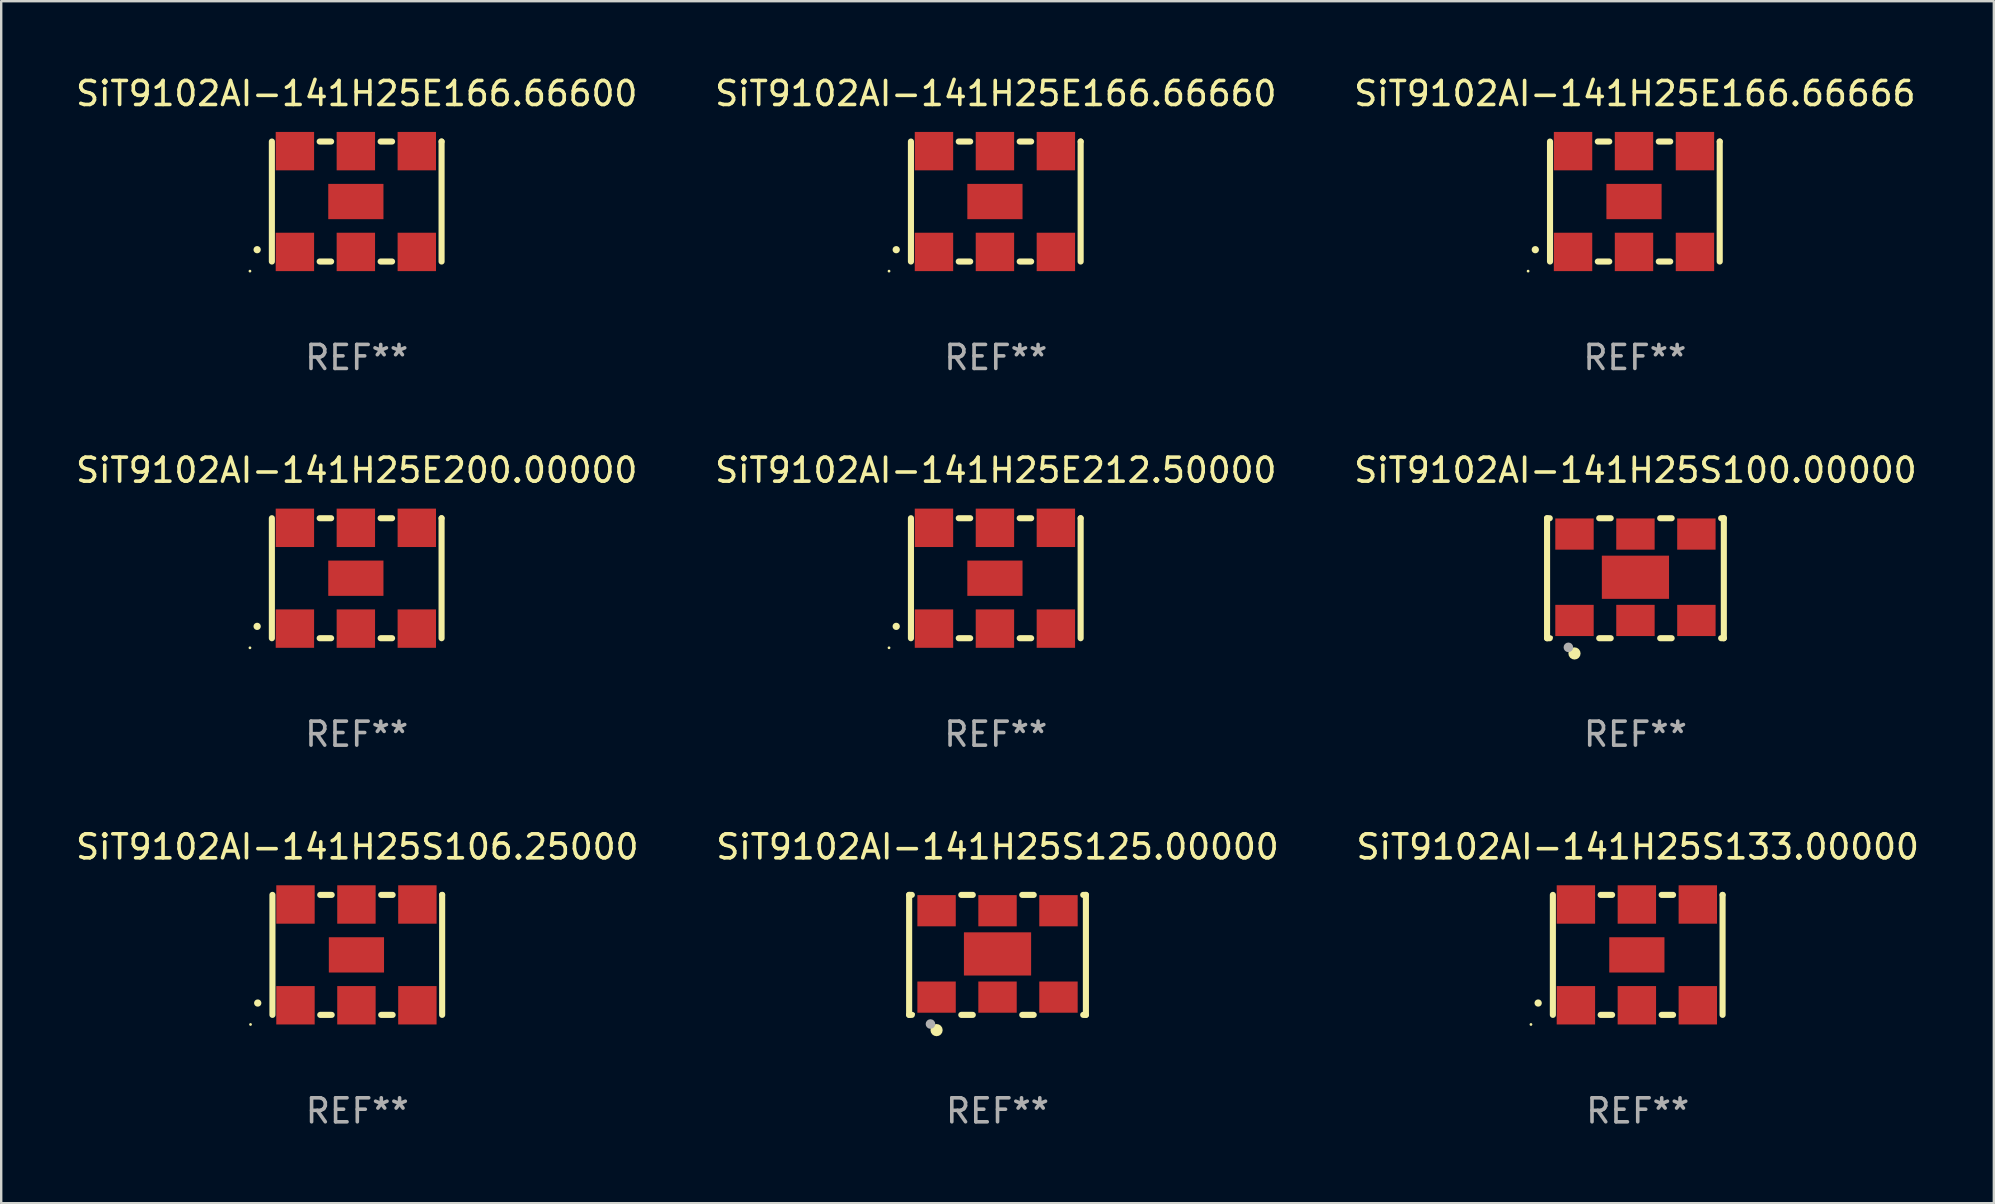
<source format=kicad_pcb>
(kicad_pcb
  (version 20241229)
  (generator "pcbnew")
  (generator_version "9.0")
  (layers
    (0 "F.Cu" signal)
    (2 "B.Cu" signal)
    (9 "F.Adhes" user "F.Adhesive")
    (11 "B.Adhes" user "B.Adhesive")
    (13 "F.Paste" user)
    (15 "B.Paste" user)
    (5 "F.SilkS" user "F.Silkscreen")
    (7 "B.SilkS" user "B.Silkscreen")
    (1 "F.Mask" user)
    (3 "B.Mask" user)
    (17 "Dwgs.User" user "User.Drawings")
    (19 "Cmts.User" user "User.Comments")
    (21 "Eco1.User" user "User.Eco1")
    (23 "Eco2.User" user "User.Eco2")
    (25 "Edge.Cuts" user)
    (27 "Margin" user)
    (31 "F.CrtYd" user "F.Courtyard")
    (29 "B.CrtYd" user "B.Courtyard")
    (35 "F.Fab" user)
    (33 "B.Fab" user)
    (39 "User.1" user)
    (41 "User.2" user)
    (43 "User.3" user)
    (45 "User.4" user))
  (footprint "SiT9102AI-141H25E166.66666"
    (layer "F.Cu")
    (at 65.077 5.348)
    (property "Reference" "SiT9102AI-141H25E166.66666" (at 0 -4.5 0) (layer "F.SilkS") (effects (font (size 1 1) (thickness 0.15))))
    (attr through_hole)
    (fp_line (start -3.536 -2.5) (end -3.536 2.5) (stroke (width 0.254) (type solid)) (layer "F.SilkS"))
    (fp_line (start -1.544 2.5) (end -1.067 2.5) (stroke (width 0.254) (type solid)) (layer "F.SilkS"))
    (fp_line (start -1.067 -2.5) (end -1.544 -2.5) (stroke (width 0.254) (type solid)) (layer "F.SilkS"))
    (fp_line (start 0.996 2.5) (end 1.473 2.5) (stroke (width 0.254) (type solid)) (layer "F.SilkS"))
    (fp_line (start 1.473 -2.5) (end 0.996 -2.5) (stroke (width 0.254) (type solid)) (layer "F.SilkS"))
    (fp_line (start 3.536 -2.5) (end 3.536 -2.5) (stroke (width 0.254) (type solid)) (layer "F.SilkS"))
    (fp_line (start 3.536 2.5) (end 3.536 -2.5) (stroke (width 0.254) (type solid)) (layer "F.SilkS"))
    (fp_arc (start -4.150432 2.006604) (mid -4.149162 2.006599) (end -4.147892 2.006604) (stroke (width 0.3) (type solid)) (layer "F.SilkS"))
    (fp_circle (center -4.449 2.9) (end -4.419 2.9) (stroke (width 0.06) (type solid)) (fill no) (layer "F.SilkS"))
    (fp_text user "REF**" (at 0 6.5 0) (layer "F.Fab") (effects (font (size 1 1) (thickness 0.15))))
    (pad "1" smd rect (at -2.576 2.1) (size 1.6 1.6) (layers "F.Cu" "F.Mask" "F.Paste"))
    (pad "2" smd rect (at -0.036 2.1) (size 1.6 1.6) (layers "F.Cu" "F.Mask" "F.Paste"))
    (pad "3" smd rect (at 2.504 2.1) (size 1.6 1.6) (layers "F.Cu" "F.Mask" "F.Paste"))
    (pad "4" smd rect (at 2.504 -2.1) (size 1.6 1.6) (layers "F.Cu" "F.Mask" "F.Paste"))
    (pad "5" smd rect (at -0.036 -2.1) (size 1.6 1.6) (layers "F.Cu" "F.Mask" "F.Paste"))
    (pad "6" smd rect (at -2.576 -2.1) (size 1.6 1.6) (layers "F.Cu" "F.Mask" "F.Paste"))
    (pad "7" smd rect (at -0.036 0) (size 2.3 1.47) (layers "F.Cu" "F.Mask" "F.Paste")))
  (footprint "SiT9102AI-141H25S100.00000"
    (layer "F.Cu")
    (at 65.101 21.045)
    (property "Reference" "SiT9102AI-141H25S100.00000" (at 0 -4.5 0) (layer "F.SilkS") (effects (font (size 1 1) (thickness 0.15))))
    (attr through_hole)
    (fp_line (start -3.683 -2.5) (end -3.571 -2.5) (stroke (width 0.254) (type solid)) (layer "F.SilkS"))
    (fp_line (start -3.683 2.5) (end -3.683 -2.5) (stroke (width 0.254) (type solid)) (layer "F.SilkS"))
    (fp_line (start -3.683 2.5) (end -3.571 2.5) (stroke (width 0.254) (type solid)) (layer "F.SilkS"))
    (fp_line (start -1.509 -2.5) (end -1.031 -2.5) (stroke (width 0.254) (type solid)) (layer "F.SilkS"))
    (fp_line (start -1.509 2.5) (end -1.031 2.5) (stroke (width 0.254) (type solid)) (layer "F.SilkS"))
    (fp_line (start 1.031 -2.5) (end 1.509 -2.5) (stroke (width 0.254) (type solid)) (layer "F.SilkS"))
    (fp_line (start 1.031 2.5) (end 1.509 2.5) (stroke (width 0.254) (type solid)) (layer "F.SilkS"))
    (fp_line (start 3.571 -2.5) (end 3.683 -2.5) (stroke (width 0.254) (type solid)) (layer "F.SilkS"))
    (fp_line (start 3.571 2.5) (end 3.683 2.5) (stroke (width 0.254) (type solid)) (layer "F.SilkS"))
    (fp_line (start 3.683 2.5) (end 3.683 -2.5) (stroke (width 0.254) (type solid)) (layer "F.SilkS"))
    (fp_circle (center -3.5 2.46) (end -3.47 2.46) (stroke (width 0.06) (type solid)) (fill no) (layer "F.SilkS"))
    (fp_circle (center -2.54 3.135) (end -2.413 3.135) (stroke (width 0.254) (type solid)) (fill no) (layer "F.SilkS"))
    (fp_circle (center -2.794 2.881) (end -2.694 2.881) (stroke (width 0.2) (type solid)) (fill no) (layer "F.Fab"))
    (fp_text user "REF**" (at 0 6.5 0) (layer "F.Fab") (effects (font (size 1 1) (thickness 0.15))))
    (pad "1" smd rect (at -2.54 1.76) (size 1.6 1.3) (layers "F.Cu" "F.Mask" "F.Paste"))
    (pad "2" smd rect (at 0 1.76) (size 1.6 1.3) (layers "F.Cu" "F.Mask" "F.Paste"))
    (pad "3" smd rect (at 2.54 1.76) (size 1.6 1.3) (layers "F.Cu" "F.Mask" "F.Paste"))
    (pad "4" smd rect (at 2.54 -1.84) (size 1.6 1.3) (layers "F.Cu" "F.Mask" "F.Paste"))
    (pad "5" smd rect (at 0 -1.84) (size 1.6 1.3) (layers "F.Cu" "F.Mask" "F.Paste"))
    (pad "6" smd rect (at -2.54 -1.84) (size 1.6 1.3) (layers "F.Cu" "F.Mask" "F.Paste"))
    (pad "7" smd rect (at 0 -0.04) (size 2.8 1.8) (layers "F.Cu" "F.Mask" "F.Paste")))
  (footprint "SiT9102AI-141H25E166.66600"
    (layer "F.Cu")
    (at 11.815 5.348)
    (property "Reference" "SiT9102AI-141H25E166.66600" (at 0 -4.5 0) (layer "F.SilkS") (effects (font (size 1 1) (thickness 0.15))))
    (attr through_hole)
    (fp_line (start -3.536 -2.5) (end -3.536 2.5) (stroke (width 0.254) (type solid)) (layer "F.SilkS"))
    (fp_line (start -1.544 2.5) (end -1.067 2.5) (stroke (width 0.254) (type solid)) (layer "F.SilkS"))
    (fp_line (start -1.067 -2.5) (end -1.544 -2.5) (stroke (width 0.254) (type solid)) (layer "F.SilkS"))
    (fp_line (start 0.996 2.5) (end 1.473 2.5) (stroke (width 0.254) (type solid)) (layer "F.SilkS"))
    (fp_line (start 1.473 -2.5) (end 0.996 -2.5) (stroke (width 0.254) (type solid)) (layer "F.SilkS"))
    (fp_line (start 3.536 -2.5) (end 3.536 -2.5) (stroke (width 0.254) (type solid)) (layer "F.SilkS"))
    (fp_line (start 3.536 2.5) (end 3.536 -2.5) (stroke (width 0.254) (type solid)) (layer "F.SilkS"))
    (fp_arc (start -4.150432 2.006604) (mid -4.149162 2.006599) (end -4.147892 2.006604) (stroke (width 0.3) (type solid)) (layer "F.SilkS"))
    (fp_circle (center -4.449 2.9) (end -4.419 2.9) (stroke (width 0.06) (type solid)) (fill no) (layer "F.SilkS"))
    (fp_text user "REF**" (at 0 6.5 0) (layer "F.Fab") (effects (font (size 1 1) (thickness 0.15))))
    (pad "1" smd rect (at -2.576 2.1) (size 1.6 1.6) (layers "F.Cu" "F.Mask" "F.Paste"))
    (pad "2" smd rect (at -0.036 2.1) (size 1.6 1.6) (layers "F.Cu" "F.Mask" "F.Paste"))
    (pad "3" smd rect (at 2.504 2.1) (size 1.6 1.6) (layers "F.Cu" "F.Mask" "F.Paste"))
    (pad "4" smd rect (at 2.504 -2.1) (size 1.6 1.6) (layers "F.Cu" "F.Mask" "F.Paste"))
    (pad "5" smd rect (at -0.036 -2.1) (size 1.6 1.6) (layers "F.Cu" "F.Mask" "F.Paste"))
    (pad "6" smd rect (at -2.576 -2.1) (size 1.6 1.6) (layers "F.Cu" "F.Mask" "F.Paste"))
    (pad "7" smd rect (at -0.036 0) (size 2.3 1.47) (layers "F.Cu" "F.Mask" "F.Paste")))
  (footprint "SiT9102AI-141H25E166.66660"
    (layer "F.Cu")
    (at 38.446 5.348)
    (property "Reference" "SiT9102AI-141H25E166.66660" (at 0 -4.5 0) (layer "F.SilkS") (effects (font (size 1 1) (thickness 0.15))))
    (attr through_hole)
    (fp_line (start -3.536 -2.5) (end -3.536 2.5) (stroke (width 0.254) (type solid)) (layer "F.SilkS"))
    (fp_line (start -1.544 2.5) (end -1.067 2.5) (stroke (width 0.254) (type solid)) (layer "F.SilkS"))
    (fp_line (start -1.067 -2.5) (end -1.544 -2.5) (stroke (width 0.254) (type solid)) (layer "F.SilkS"))
    (fp_line (start 0.996 2.5) (end 1.473 2.5) (stroke (width 0.254) (type solid)) (layer "F.SilkS"))
    (fp_line (start 1.473 -2.5) (end 0.996 -2.5) (stroke (width 0.254) (type solid)) (layer "F.SilkS"))
    (fp_line (start 3.536 -2.5) (end 3.536 -2.5) (stroke (width 0.254) (type solid)) (layer "F.SilkS"))
    (fp_line (start 3.536 2.5) (end 3.536 -2.5) (stroke (width 0.254) (type solid)) (layer "F.SilkS"))
    (fp_arc (start -4.150432 2.006604) (mid -4.149162 2.006599) (end -4.147892 2.006604) (stroke (width 0.3) (type solid)) (layer "F.SilkS"))
    (fp_circle (center -4.449 2.9) (end -4.419 2.9) (stroke (width 0.06) (type solid)) (fill no) (layer "F.SilkS"))
    (fp_text user "REF**" (at 0 6.5 0) (layer "F.Fab") (effects (font (size 1 1) (thickness 0.15))))
    (pad "1" smd rect (at -2.576 2.1) (size 1.6 1.6) (layers "F.Cu" "F.Mask" "F.Paste"))
    (pad "2" smd rect (at -0.036 2.1) (size 1.6 1.6) (layers "F.Cu" "F.Mask" "F.Paste"))
    (pad "3" smd rect (at 2.504 2.1) (size 1.6 1.6) (layers "F.Cu" "F.Mask" "F.Paste"))
    (pad "4" smd rect (at 2.504 -2.1) (size 1.6 1.6) (layers "F.Cu" "F.Mask" "F.Paste"))
    (pad "5" smd rect (at -0.036 -2.1) (size 1.6 1.6) (layers "F.Cu" "F.Mask" "F.Paste"))
    (pad "6" smd rect (at -2.576 -2.1) (size 1.6 1.6) (layers "F.Cu" "F.Mask" "F.Paste"))
    (pad "7" smd rect (at -0.036 0) (size 2.3 1.47) (layers "F.Cu" "F.Mask" "F.Paste")))
  (footprint "SiT9102AI-141H25E200.00000"
    (layer "F.Cu")
    (at 11.815 21.045)
    (property "Reference" "SiT9102AI-141H25E200.00000" (at 0 -4.5 0) (layer "F.SilkS") (effects (font (size 1 1) (thickness 0.15))))
    (attr through_hole)
    (fp_line (start -3.536 -2.5) (end -3.536 2.5) (stroke (width 0.254) (type solid)) (layer "F.SilkS"))
    (fp_line (start -1.544 2.5) (end -1.067 2.5) (stroke (width 0.254) (type solid)) (layer "F.SilkS"))
    (fp_line (start -1.067 -2.5) (end -1.544 -2.5) (stroke (width 0.254) (type solid)) (layer "F.SilkS"))
    (fp_line (start 0.996 2.5) (end 1.473 2.5) (stroke (width 0.254) (type solid)) (layer "F.SilkS"))
    (fp_line (start 1.473 -2.5) (end 0.996 -2.5) (stroke (width 0.254) (type solid)) (layer "F.SilkS"))
    (fp_line (start 3.536 -2.5) (end 3.536 -2.5) (stroke (width 0.254) (type solid)) (layer "F.SilkS"))
    (fp_line (start 3.536 2.5) (end 3.536 -2.5) (stroke (width 0.254) (type solid)) (layer "F.SilkS"))
    (fp_arc (start -4.150432 2.006604) (mid -4.149162 2.006599) (end -4.147892 2.006604) (stroke (width 0.3) (type solid)) (layer "F.SilkS"))
    (fp_circle (center -4.449 2.9) (end -4.419 2.9) (stroke (width 0.06) (type solid)) (fill no) (layer "F.SilkS"))
    (fp_text user "REF**" (at 0 6.5 0) (layer "F.Fab") (effects (font (size 1 1) (thickness 0.15))))
    (pad "1" smd rect (at -2.576 2.1) (size 1.6 1.6) (layers "F.Cu" "F.Mask" "F.Paste"))
    (pad "2" smd rect (at -0.036 2.1) (size 1.6 1.6) (layers "F.Cu" "F.Mask" "F.Paste"))
    (pad "3" smd rect (at 2.504 2.1) (size 1.6 1.6) (layers "F.Cu" "F.Mask" "F.Paste"))
    (pad "4" smd rect (at 2.504 -2.1) (size 1.6 1.6) (layers "F.Cu" "F.Mask" "F.Paste"))
    (pad "5" smd rect (at -0.036 -2.1) (size 1.6 1.6) (layers "F.Cu" "F.Mask" "F.Paste"))
    (pad "6" smd rect (at -2.576 -2.1) (size 1.6 1.6) (layers "F.Cu" "F.Mask" "F.Paste"))
    (pad "7" smd rect (at -0.036 0) (size 2.3 1.47) (layers "F.Cu" "F.Mask" "F.Paste")))
  (footprint "SiT9102AI-141H25S106.25000"
    (layer "F.Cu")
    (at 11.839 36.741)
    (property "Reference" "SiT9102AI-141H25S106.25000" (at 0 -4.5 0) (layer "F.SilkS") (effects (font (size 1 1) (thickness 0.15))))
    (attr through_hole)
    (fp_line (start -3.536 -2.5) (end -3.536 2.5) (stroke (width 0.254) (type solid)) (layer "F.SilkS"))
    (fp_line (start -1.544 2.5) (end -1.067 2.5) (stroke (width 0.254) (type solid)) (layer "F.SilkS"))
    (fp_line (start -1.067 -2.5) (end -1.544 -2.5) (stroke (width 0.254) (type solid)) (layer "F.SilkS"))
    (fp_line (start 0.996 2.5) (end 1.473 2.5) (stroke (width 0.254) (type solid)) (layer "F.SilkS"))
    (fp_line (start 1.473 -2.5) (end 0.996 -2.5) (stroke (width 0.254) (type solid)) (layer "F.SilkS"))
    (fp_line (start 3.536 -2.5) (end 3.536 -2.5) (stroke (width 0.254) (type solid)) (layer "F.SilkS"))
    (fp_line (start 3.536 2.5) (end 3.536 -2.5) (stroke (width 0.254) (type solid)) (layer "F.SilkS"))
    (fp_arc (start -4.150432 2.006604) (mid -4.149162 2.006599) (end -4.147892 2.006604) (stroke (width 0.3) (type solid)) (layer "F.SilkS"))
    (fp_circle (center -4.449 2.9) (end -4.419 2.9) (stroke (width 0.06) (type solid)) (fill no) (layer "F.SilkS"))
    (fp_text user "REF**" (at 0 6.5 0) (layer "F.Fab") (effects (font (size 1 1) (thickness 0.15))))
    (pad "1" smd rect (at -2.576 2.1) (size 1.6 1.6) (layers "F.Cu" "F.Mask" "F.Paste"))
    (pad "2" smd rect (at -0.036 2.1) (size 1.6 1.6) (layers "F.Cu" "F.Mask" "F.Paste"))
    (pad "3" smd rect (at 2.504 2.1) (size 1.6 1.6) (layers "F.Cu" "F.Mask" "F.Paste"))
    (pad "4" smd rect (at 2.504 -2.1) (size 1.6 1.6) (layers "F.Cu" "F.Mask" "F.Paste"))
    (pad "5" smd rect (at -0.036 -2.1) (size 1.6 1.6) (layers "F.Cu" "F.Mask" "F.Paste"))
    (pad "6" smd rect (at -2.576 -2.1) (size 1.6 1.6) (layers "F.Cu" "F.Mask" "F.Paste"))
    (pad "7" smd rect (at -0.036 0) (size 2.3 1.47) (layers "F.Cu" "F.Mask" "F.Paste")))
  (footprint "SiT9102AI-141H25S125.00000"
    (layer "F.Cu")
    (at 38.518 36.741)
    (property "Reference" "SiT9102AI-141H25S125.00000" (at 0 -4.5 0) (layer "F.SilkS") (effects (font (size 1 1) (thickness 0.15))))
    (attr through_hole)
    (fp_line (start -3.683 -2.5) (end -3.571 -2.5) (stroke (width 0.254) (type solid)) (layer "F.SilkS"))
    (fp_line (start -3.683 2.5) (end -3.683 -2.5) (stroke (width 0.254) (type solid)) (layer "F.SilkS"))
    (fp_line (start -3.683 2.5) (end -3.571 2.5) (stroke (width 0.254) (type solid)) (layer "F.SilkS"))
    (fp_line (start -1.509 -2.5) (end -1.031 -2.5) (stroke (width 0.254) (type solid)) (layer "F.SilkS"))
    (fp_line (start -1.509 2.5) (end -1.031 2.5) (stroke (width 0.254) (type solid)) (layer "F.SilkS"))
    (fp_line (start 1.031 -2.5) (end 1.509 -2.5) (stroke (width 0.254) (type solid)) (layer "F.SilkS"))
    (fp_line (start 1.031 2.5) (end 1.509 2.5) (stroke (width 0.254) (type solid)) (layer "F.SilkS"))
    (fp_line (start 3.571 -2.5) (end 3.683 -2.5) (stroke (width 0.254) (type solid)) (layer "F.SilkS"))
    (fp_line (start 3.571 2.5) (end 3.683 2.5) (stroke (width 0.254) (type solid)) (layer "F.SilkS"))
    (fp_line (start 3.683 2.5) (end 3.683 -2.5) (stroke (width 0.254) (type solid)) (layer "F.SilkS"))
    (fp_circle (center -3.5 2.46) (end -3.47 2.46) (stroke (width 0.06) (type solid)) (fill no) (layer "F.SilkS"))
    (fp_circle (center -2.54 3.135) (end -2.413 3.135) (stroke (width 0.254) (type solid)) (fill no) (layer "F.SilkS"))
    (fp_circle (center -2.794 2.881) (end -2.694 2.881) (stroke (width 0.2) (type solid)) (fill no) (layer "F.Fab"))
    (fp_text user "REF**" (at 0 6.5 0) (layer "F.Fab") (effects (font (size 1 1) (thickness 0.15))))
    (pad "1" smd rect (at -2.54 1.76) (size 1.6 1.3) (layers "F.Cu" "F.Mask" "F.Paste"))
    (pad "2" smd rect (at 0 1.76) (size 1.6 1.3) (layers "F.Cu" "F.Mask" "F.Paste"))
    (pad "3" smd rect (at 2.54 1.76) (size 1.6 1.3) (layers "F.Cu" "F.Mask" "F.Paste"))
    (pad "4" smd rect (at 2.54 -1.84) (size 1.6 1.3) (layers "F.Cu" "F.Mask" "F.Paste"))
    (pad "5" smd rect (at 0 -1.84) (size 1.6 1.3) (layers "F.Cu" "F.Mask" "F.Paste"))
    (pad "6" smd rect (at -2.54 -1.84) (size 1.6 1.3) (layers "F.Cu" "F.Mask" "F.Paste"))
    (pad "7" smd rect (at 0 -0.04) (size 2.8 1.8) (layers "F.Cu" "F.Mask" "F.Paste")))
  (footprint "SiT9102AI-141H25E212.50000"
    (layer "F.Cu")
    (at 38.446 21.045)
    (property "Reference" "SiT9102AI-141H25E212.50000" (at 0 -4.5 0) (layer "F.SilkS") (effects (font (size 1 1) (thickness 0.15))))
    (attr through_hole)
    (fp_line (start -3.536 -2.5) (end -3.536 2.5) (stroke (width 0.254) (type solid)) (layer "F.SilkS"))
    (fp_line (start -1.544 2.5) (end -1.067 2.5) (stroke (width 0.254) (type solid)) (layer "F.SilkS"))
    (fp_line (start -1.067 -2.5) (end -1.544 -2.5) (stroke (width 0.254) (type solid)) (layer "F.SilkS"))
    (fp_line (start 0.996 2.5) (end 1.473 2.5) (stroke (width 0.254) (type solid)) (layer "F.SilkS"))
    (fp_line (start 1.473 -2.5) (end 0.996 -2.5) (stroke (width 0.254) (type solid)) (layer "F.SilkS"))
    (fp_line (start 3.536 -2.5) (end 3.536 -2.5) (stroke (width 0.254) (type solid)) (layer "F.SilkS"))
    (fp_line (start 3.536 2.5) (end 3.536 -2.5) (stroke (width 0.254) (type solid)) (layer "F.SilkS"))
    (fp_arc (start -4.150432 2.006604) (mid -4.149162 2.006599) (end -4.147892 2.006604) (stroke (width 0.3) (type solid)) (layer "F.SilkS"))
    (fp_circle (center -4.449 2.9) (end -4.419 2.9) (stroke (width 0.06) (type solid)) (fill no) (layer "F.SilkS"))
    (fp_text user "REF**" (at 0 6.5 0) (layer "F.Fab") (effects (font (size 1 1) (thickness 0.15))))
    (pad "1" smd rect (at -2.576 2.1) (size 1.6 1.6) (layers "F.Cu" "F.Mask" "F.Paste"))
    (pad "2" smd rect (at -0.036 2.1) (size 1.6 1.6) (layers "F.Cu" "F.Mask" "F.Paste"))
    (pad "3" smd rect (at 2.504 2.1) (size 1.6 1.6) (layers "F.Cu" "F.Mask" "F.Paste"))
    (pad "4" smd rect (at 2.504 -2.1) (size 1.6 1.6) (layers "F.Cu" "F.Mask" "F.Paste"))
    (pad "5" smd rect (at -0.036 -2.1) (size 1.6 1.6) (layers "F.Cu" "F.Mask" "F.Paste"))
    (pad "6" smd rect (at -2.576 -2.1) (size 1.6 1.6) (layers "F.Cu" "F.Mask" "F.Paste"))
    (pad "7" smd rect (at -0.036 0) (size 2.3 1.47) (layers "F.Cu" "F.Mask" "F.Paste")))
  (footprint "SiT9102AI-141H25S133.00000"
    (layer "F.Cu")
    (at 65.196 36.741)
    (property "Reference" "SiT9102AI-141H25S133.00000" (at 0 -4.5 0) (layer "F.SilkS") (effects (font (size 1 1) (thickness 0.15))))
    (attr through_hole)
    (fp_line (start -3.536 -2.5) (end -3.536 2.5) (stroke (width 0.254) (type solid)) (layer "F.SilkS"))
    (fp_line (start -1.544 2.5) (end -1.067 2.5) (stroke (width 0.254) (type solid)) (layer "F.SilkS"))
    (fp_line (start -1.067 -2.5) (end -1.544 -2.5) (stroke (width 0.254) (type solid)) (layer "F.SilkS"))
    (fp_line (start 0.996 2.5) (end 1.473 2.5) (stroke (width 0.254) (type solid)) (layer "F.SilkS"))
    (fp_line (start 1.473 -2.5) (end 0.996 -2.5) (stroke (width 0.254) (type solid)) (layer "F.SilkS"))
    (fp_line (start 3.536 -2.5) (end 3.536 -2.5) (stroke (width 0.254) (type solid)) (layer "F.SilkS"))
    (fp_line (start 3.536 2.5) (end 3.536 -2.5) (stroke (width 0.254) (type solid)) (layer "F.SilkS"))
    (fp_arc (start -4.150432 2.006604) (mid -4.149162 2.006599) (end -4.147892 2.006604) (stroke (width 0.3) (type solid)) (layer "F.SilkS"))
    (fp_circle (center -4.449 2.9) (end -4.419 2.9) (stroke (width 0.06) (type solid)) (fill no) (layer "F.SilkS"))
    (fp_text user "REF**" (at 0 6.5 0) (layer "F.Fab") (effects (font (size 1 1) (thickness 0.15))))
    (pad "1" smd rect (at -2.576 2.1) (size 1.6 1.6) (layers "F.Cu" "F.Mask" "F.Paste"))
    (pad "2" smd rect (at -0.036 2.1) (size 1.6 1.6) (layers "F.Cu" "F.Mask" "F.Paste"))
    (pad "3" smd rect (at 2.504 2.1) (size 1.6 1.6) (layers "F.Cu" "F.Mask" "F.Paste"))
    (pad "4" smd rect (at 2.504 -2.1) (size 1.6 1.6) (layers "F.Cu" "F.Mask" "F.Paste"))
    (pad "5" smd rect (at -0.036 -2.1) (size 1.6 1.6) (layers "F.Cu" "F.Mask" "F.Paste"))
    (pad "6" smd rect (at -2.576 -2.1) (size 1.6 1.6) (layers "F.Cu" "F.Mask" "F.Paste"))
    (pad "7" smd rect (at -0.036 0) (size 2.3 1.47) (layers "F.Cu" "F.Mask" "F.Paste")))
  (gr_rect
    (start -3 -3)
    (end 80.036 47.09)
    (stroke (width 0.1) (type default))
    (fill no)
    (layer "Edge.Cuts")))
</source>
